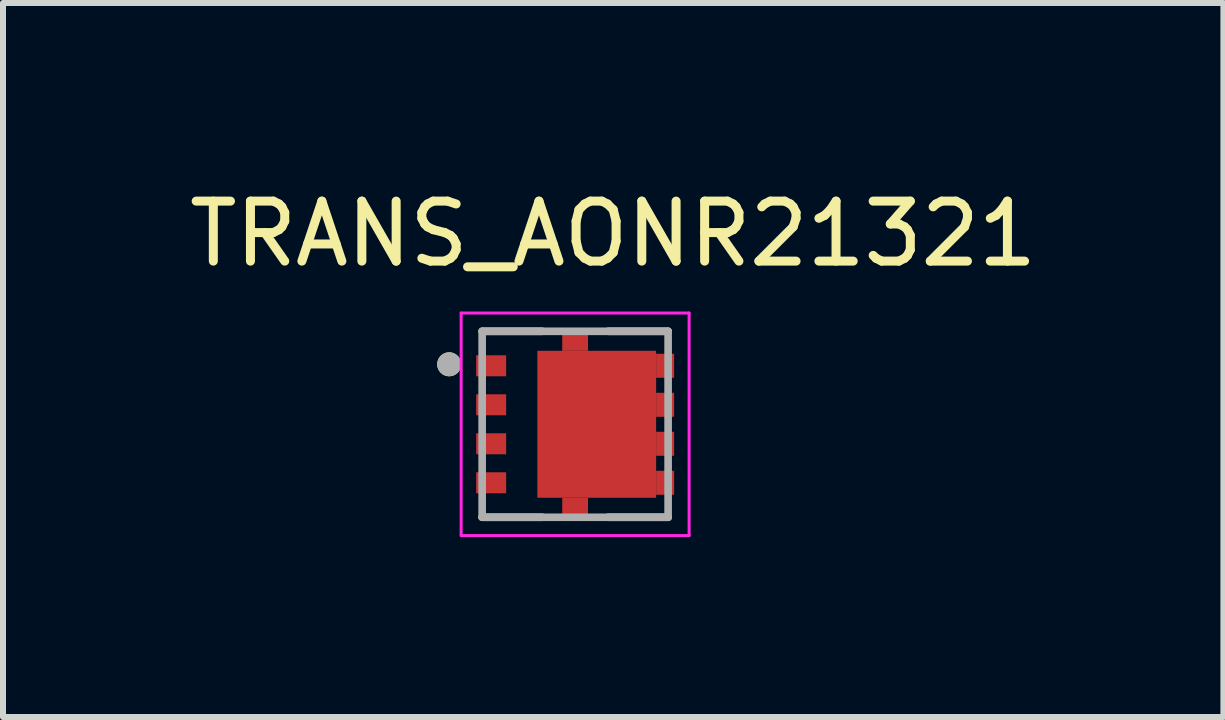
<source format=kicad_pcb>
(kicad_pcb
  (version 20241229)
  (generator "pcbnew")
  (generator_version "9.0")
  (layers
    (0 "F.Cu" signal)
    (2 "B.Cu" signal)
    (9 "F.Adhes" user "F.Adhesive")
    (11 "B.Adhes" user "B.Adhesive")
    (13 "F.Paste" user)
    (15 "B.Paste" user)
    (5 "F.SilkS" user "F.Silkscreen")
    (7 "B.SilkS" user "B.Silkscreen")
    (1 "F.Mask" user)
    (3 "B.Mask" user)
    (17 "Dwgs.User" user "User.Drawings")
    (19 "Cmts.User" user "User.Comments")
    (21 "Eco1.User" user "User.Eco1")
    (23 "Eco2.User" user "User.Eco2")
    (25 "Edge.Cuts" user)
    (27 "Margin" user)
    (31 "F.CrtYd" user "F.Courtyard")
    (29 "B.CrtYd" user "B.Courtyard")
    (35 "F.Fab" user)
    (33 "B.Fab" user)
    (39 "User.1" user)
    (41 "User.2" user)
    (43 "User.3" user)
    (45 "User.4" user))
  (footprint "TRANS_AONR21321"
    (layer "F.Cu")
    (at 6.538 4.023)
    (property "Reference" "TRANS_AONR21321" (at 0.635 -3.175 0) (layer "F.SilkS") (effects (font (size 1 1) (thickness 0.15))))
    (attr smd)
    (fp_line (start -0.55 -1.55) (end -1.55 -1.55) (stroke (width 0.127) (type solid)) (layer "F.SilkS"))
    (fp_line (start -0.55 1.55) (end -1.55 1.55) (stroke (width 0.127) (type solid)) (layer "F.SilkS"))
    (fp_line (start 0.55 -1.55) (end 1.55 -1.55) (stroke (width 0.127) (type solid)) (layer "F.SilkS"))
    (fp_line (start 0.55 1.55) (end 1.55 1.55) (stroke (width 0.127) (type solid)) (layer "F.SilkS"))
    (fp_circle (center -2.1 -1) (end -2 -1) (stroke (width 0.2) (type solid)) (fill no) (layer "F.SilkS"))
    (fp_poly (pts (xy 1.024 -0.822) (xy 1.024 0.822) (xy -0.304 0.822) (xy -0.304 -0.822)) (stroke (width 0.01) (type solid)) (fill yes) (layer "F.Paste"))
    (fp_line (start -1.9 -1.855) (end 1.9 -1.855) (stroke (width 0.05) (type solid)) (layer "F.CrtYd"))
    (fp_line (start -1.9 1.855) (end -1.9 -1.855) (stroke (width 0.05) (type solid)) (layer "F.CrtYd"))
    (fp_line (start 1.9 -1.855) (end 1.9 1.855) (stroke (width 0.05) (type solid)) (layer "F.CrtYd"))
    (fp_line (start 1.9 1.855) (end -1.9 1.855) (stroke (width 0.05) (type solid)) (layer "F.CrtYd"))
    (fp_line (start -1.55 -1.55) (end 1.55 -1.55) (stroke (width 0.127) (type solid)) (layer "F.Fab"))
    (fp_line (start -1.55 1.55) (end -1.55 -1.55) (stroke (width 0.127) (type solid)) (layer "F.Fab"))
    (fp_line (start 1.55 -1.55) (end 1.55 1.55) (stroke (width 0.127) (type solid)) (layer "F.Fab"))
    (fp_line (start 1.55 1.55) (end -1.55 1.55) (stroke (width 0.127) (type solid)) (layer "F.Fab"))
    (fp_circle (center -2.1 -1) (end -2 -1) (stroke (width 0.2) (type solid)) (fill no) (layer "F.Fab"))
    (pad "1" smd rect (at -1.4 -0.975) (size 0.5 0.35) (layers "F.Cu" "F.Mask" "F.Paste"))
    (pad "2" smd rect (at -1.4 -0.325) (size 0.5 0.35) (layers "F.Cu" "F.Mask" "F.Paste"))
    (pad "3" smd rect (at -1.4 0.325) (size 0.5 0.35) (layers "F.Cu" "F.Mask" "F.Paste"))
    (pad "4" smd rect (at -1.4 0.975) (size 0.5 0.35) (layers "F.Cu" "F.Mask" "F.Paste"))
    (pad "5" smd rect (at 1.5 0.975) (size 0.3 0.4) (layers "F.Cu" "F.Mask" "F.Paste"))
    (pad "6" smd rect (at 1.5 0.325) (size 0.3 0.4) (layers "F.Cu" "F.Mask" "F.Paste"))
    (pad "7" smd rect (at 1.5 -0.325) (size 0.3 0.4) (layers "F.Cu" "F.Mask" "F.Paste"))
    (pad "8" smd rect (at 1.5 -0.975) (size 0.3 0.4) (layers "F.Cu" "F.Mask" "F.Paste"))
    (pad "9" smd rect (at 0.36 0) (size 1.98 2.45) (layers "F.Cu" "F.Mask"))
    (pad "9_1" smd rect (at 0 -1.415) (size 0.43 0.38) (layers "F.Cu" "F.Mask" "F.Paste"))
    (pad "9_2" smd rect (at 0 1.415) (size 0.43 0.38) (layers "F.Cu" "F.Mask" "F.Paste")))
  (gr_rect
    (start -3 -3)
    (end 17.345 8.903)
    (stroke (width 0.1) (type default))
    (fill no)
    (layer "Edge.Cuts")))
</source>
